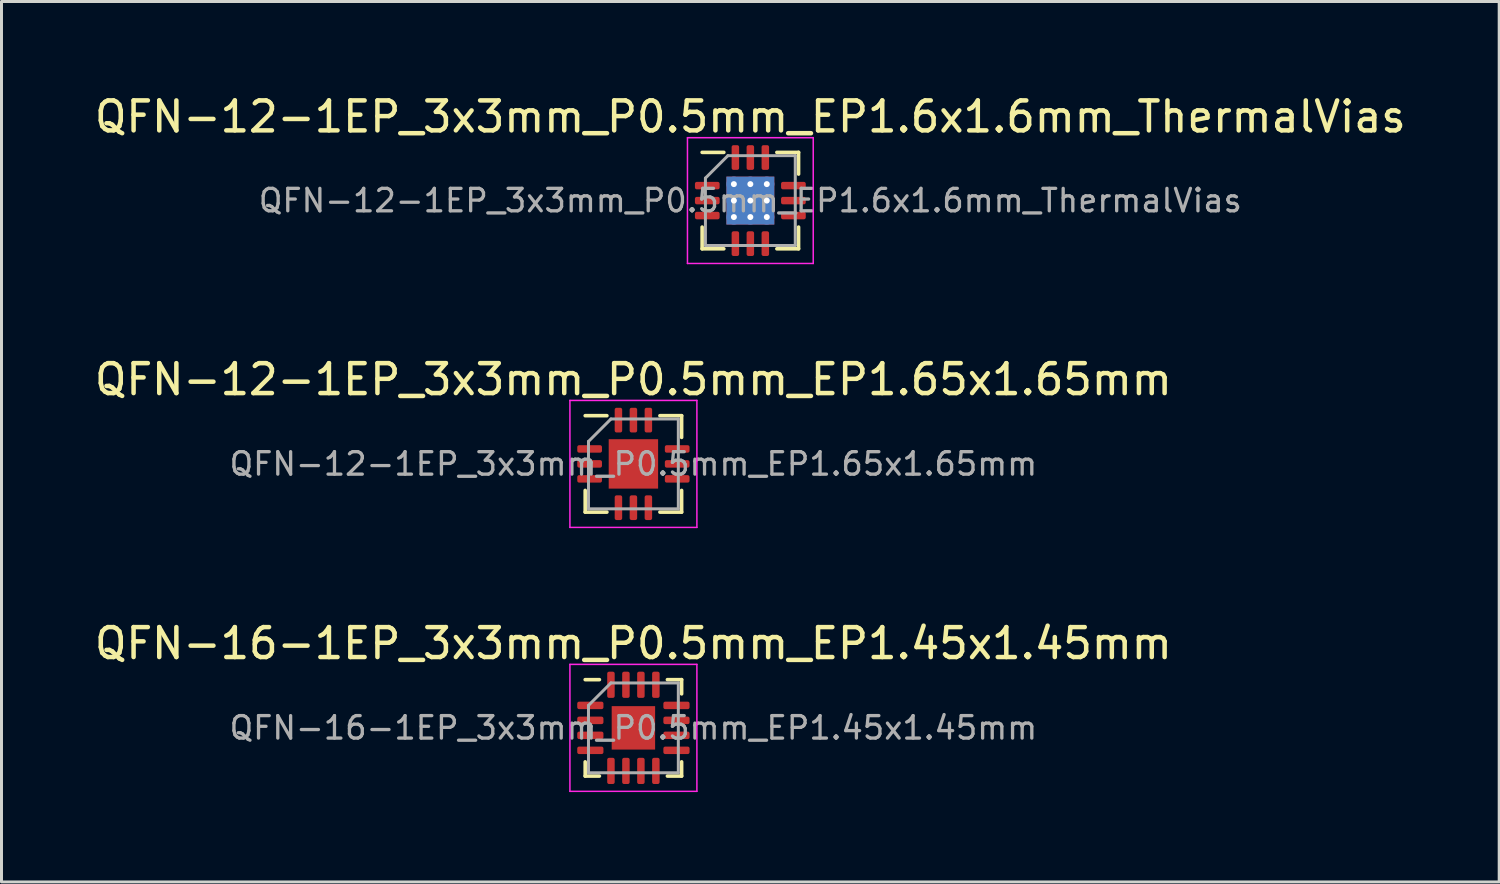
<source format=kicad_pcb>
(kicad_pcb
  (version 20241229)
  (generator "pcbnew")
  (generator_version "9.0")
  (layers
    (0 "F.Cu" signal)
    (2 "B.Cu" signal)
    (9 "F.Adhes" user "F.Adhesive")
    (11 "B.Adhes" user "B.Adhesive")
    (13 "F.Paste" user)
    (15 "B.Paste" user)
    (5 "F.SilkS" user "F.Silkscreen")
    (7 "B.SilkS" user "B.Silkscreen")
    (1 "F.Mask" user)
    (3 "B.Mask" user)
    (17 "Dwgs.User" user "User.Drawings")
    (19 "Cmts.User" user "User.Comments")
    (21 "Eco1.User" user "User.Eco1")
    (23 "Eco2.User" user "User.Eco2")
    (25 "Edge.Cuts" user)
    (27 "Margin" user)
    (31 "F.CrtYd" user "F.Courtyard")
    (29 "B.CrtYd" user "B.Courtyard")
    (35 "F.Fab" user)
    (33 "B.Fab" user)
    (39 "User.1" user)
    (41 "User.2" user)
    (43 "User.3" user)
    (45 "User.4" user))
  (footprint "QFN-12-1EP_3x3mm_P0.5mm_EP1.6x1.6mm_ThermalVias"
    (layer "F.Cu")
    (at 22.006 3.648)
    (property "Reference" "QFN-12-1EP_3x3mm_P0.5mm_EP1.6x1.6mm_ThermalVias" (at 0 -2.8 0) (layer "F.SilkS") (effects (font (size 1 1) (thickness 0.15))))
    (attr smd)
    (fp_line (start -1.61 1.61) (end -1.61 0.885) (stroke (width 0.12) (type solid)) (layer "F.SilkS"))
    (fp_line (start -0.885 -1.61) (end -1.61 -1.61) (stroke (width 0.12) (type solid)) (layer "F.SilkS"))
    (fp_line (start -0.885 1.61) (end -1.61 1.61) (stroke (width 0.12) (type solid)) (layer "F.SilkS"))
    (fp_line (start 0.885 -1.61) (end 1.61 -1.61) (stroke (width 0.12) (type solid)) (layer "F.SilkS"))
    (fp_line (start 0.885 1.61) (end 1.61 1.61) (stroke (width 0.12) (type solid)) (layer "F.SilkS"))
    (fp_line (start 1.61 -1.61) (end 1.61 -0.885) (stroke (width 0.12) (type solid)) (layer "F.SilkS"))
    (fp_line (start 1.61 1.61) (end 1.61 0.885) (stroke (width 0.12) (type solid)) (layer "F.SilkS"))
    (fp_line (start -2.1 -2.1) (end -2.1 2.1) (stroke (width 0.05) (type solid)) (layer "F.CrtYd"))
    (fp_line (start -2.1 2.1) (end 2.1 2.1) (stroke (width 0.05) (type solid)) (layer "F.CrtYd"))
    (fp_line (start 2.1 -2.1) (end -2.1 -2.1) (stroke (width 0.05) (type solid)) (layer "F.CrtYd"))
    (fp_line (start 2.1 2.1) (end 2.1 -2.1) (stroke (width 0.05) (type solid)) (layer "F.CrtYd"))
    (fp_line (start -1.5 -0.75) (end -0.75 -1.5) (stroke (width 0.1) (type solid)) (layer "F.Fab"))
    (fp_line (start -1.5 1.5) (end -1.5 -0.75) (stroke (width 0.1) (type solid)) (layer "F.Fab"))
    (fp_line (start -0.75 -1.5) (end 1.5 -1.5) (stroke (width 0.1) (type solid)) (layer "F.Fab"))
    (fp_line (start 1.5 -1.5) (end 1.5 1.5) (stroke (width 0.1) (type solid)) (layer "F.Fab"))
    (fp_line (start 1.5 1.5) (end -1.5 1.5) (stroke (width 0.1) (type solid)) (layer "F.Fab"))
    (fp_text user "${REFERENCE}" (at 0 0 0) (layer "F.Fab") (effects (font (size 0.75 0.75) (thickness 0.11))))
    (pad "" smd roundrect (at -0.53 -0.53) (size 0.46 0.46) (layers "F.Paste") (roundrect_rratio 0.25))
    (pad "" smd roundrect (at -0.53 0) (size 0.46 0.46) (layers "F.Paste") (roundrect_rratio 0.25))
    (pad "" smd roundrect (at -0.53 0.53) (size 0.46 0.46) (layers "F.Paste") (roundrect_rratio 0.25))
    (pad "" smd roundrect (at 0 -0.53) (size 0.46 0.46) (layers "F.Paste") (roundrect_rratio 0.25))
    (pad "" smd roundrect (at 0 0) (size 0.46 0.46) (layers "F.Paste") (roundrect_rratio 0.25))
    (pad "" smd roundrect (at 0 0.53) (size 0.46 0.46) (layers "F.Paste") (roundrect_rratio 0.25))
    (pad "" smd roundrect (at 0.53 -0.53) (size 0.46 0.46) (layers "F.Paste") (roundrect_rratio 0.25))
    (pad "" smd roundrect (at 0.53 0) (size 0.46 0.46) (layers "F.Paste") (roundrect_rratio 0.25))
    (pad "" smd roundrect (at 0.53 0.53) (size 0.46 0.46) (layers "F.Paste") (roundrect_rratio 0.25))
    (pad "1" smd roundrect (at -1.438 -0.5) (size 0.825 0.25) (layers "F.Cu" "F.Mask" "F.Paste") (roundrect_rratio 0.25))
    (pad "2" smd roundrect (at -1.438 0) (size 0.825 0.25) (layers "F.Cu" "F.Mask" "F.Paste") (roundrect_rratio 0.25))
    (pad "3" smd roundrect (at -1.438 0.5) (size 0.825 0.25) (layers "F.Cu" "F.Mask" "F.Paste") (roundrect_rratio 0.25))
    (pad "4" smd roundrect (at -0.5 1.438) (size 0.25 0.825) (layers "F.Cu" "F.Mask" "F.Paste") (roundrect_rratio 0.25))
    (pad "5" smd roundrect (at 0 1.438) (size 0.25 0.825) (layers "F.Cu" "F.Mask" "F.Paste") (roundrect_rratio 0.25))
    (pad "6" smd roundrect (at 0.5 1.438) (size 0.25 0.825) (layers "F.Cu" "F.Mask" "F.Paste") (roundrect_rratio 0.25))
    (pad "7" smd roundrect (at 1.438 0.5) (size 0.825 0.25) (layers "F.Cu" "F.Mask" "F.Paste") (roundrect_rratio 0.25))
    (pad "8" smd roundrect (at 1.438 0) (size 0.825 0.25) (layers "F.Cu" "F.Mask" "F.Paste") (roundrect_rratio 0.25))
    (pad "9" smd roundrect (at 1.438 -0.5) (size 0.825 0.25) (layers "F.Cu" "F.Mask" "F.Paste") (roundrect_rratio 0.25))
    (pad "10" smd roundrect (at 0.5 -1.438) (size 0.25 0.825) (layers "F.Cu" "F.Mask" "F.Paste") (roundrect_rratio 0.25))
    (pad "11" smd roundrect (at 0 -1.438) (size 0.25 0.825) (layers "F.Cu" "F.Mask" "F.Paste") (roundrect_rratio 0.25))
    (pad "12" smd roundrect (at -0.5 -1.438) (size 0.25 0.825) (layers "F.Cu" "F.Mask" "F.Paste") (roundrect_rratio 0.25))
    (pad "13" thru_hole circle (at -0.55 -0.55) (size 0.5 0.5) (drill 0.2) (layers "*.Cu"))
    (pad "13" thru_hole circle (at -0.55 0) (size 0.5 0.5) (drill 0.2) (layers "*.Cu"))
    (pad "13" thru_hole circle (at -0.55 0.55) (size 0.5 0.5) (drill 0.2) (layers "*.Cu"))
    (pad "13" thru_hole circle (at 0 -0.55) (size 0.5 0.5) (drill 0.2) (layers "*.Cu"))
    (pad "13" thru_hole circle (at 0 0) (size 0.5 0.5) (drill 0.2) (layers "*.Cu"))
    (pad "13" smd rect (at 0 0) (size 1.6 1.6) (layers "F.Cu" "F.Mask"))
    (pad "13" smd rect (at 0 0) (size 1.6 1.6) (layers "B.Cu"))
    (pad "13" thru_hole circle (at 0 0.55) (size 0.5 0.5) (drill 0.2) (layers "*.Cu"))
    (pad "13" thru_hole circle (at 0.55 -0.55) (size 0.5 0.5) (drill 0.2) (layers "*.Cu"))
    (pad "13" thru_hole circle (at 0.55 0) (size 0.5 0.5) (drill 0.2) (layers "*.Cu"))
    (pad "13" thru_hole circle (at 0.55 0.55) (size 0.5 0.5) (drill 0.2) (layers "*.Cu")))
  (footprint "QFN-16-1EP_3x3mm_P0.5mm_EP1.45x1.45mm"
    (layer "F.Cu")
    (at 18.101 21.255)
    (property "Reference" "QFN-16-1EP_3x3mm_P0.5mm_EP1.45x1.45mm" (at 0 -2.82 0) (layer "F.SilkS") (effects (font (size 1 1) (thickness 0.15))))
    (attr smd)
    (fp_line (start -1.61 1.61) (end -1.61 1.135) (stroke (width 0.12) (type solid)) (layer "F.SilkS"))
    (fp_line (start -1.135 -1.61) (end -1.61 -1.61) (stroke (width 0.12) (type solid)) (layer "F.SilkS"))
    (fp_line (start -1.135 1.61) (end -1.61 1.61) (stroke (width 0.12) (type solid)) (layer "F.SilkS"))
    (fp_line (start 1.135 -1.61) (end 1.61 -1.61) (stroke (width 0.12) (type solid)) (layer "F.SilkS"))
    (fp_line (start 1.135 1.61) (end 1.61 1.61) (stroke (width 0.12) (type solid)) (layer "F.SilkS"))
    (fp_line (start 1.61 -1.61) (end 1.61 -1.135) (stroke (width 0.12) (type solid)) (layer "F.SilkS"))
    (fp_line (start 1.61 1.61) (end 1.61 1.135) (stroke (width 0.12) (type solid)) (layer "F.SilkS"))
    (fp_line (start -2.12 -2.12) (end -2.12 2.12) (stroke (width 0.05) (type solid)) (layer "F.CrtYd"))
    (fp_line (start -2.12 2.12) (end 2.12 2.12) (stroke (width 0.05) (type solid)) (layer "F.CrtYd"))
    (fp_line (start 2.12 -2.12) (end -2.12 -2.12) (stroke (width 0.05) (type solid)) (layer "F.CrtYd"))
    (fp_line (start 2.12 2.12) (end 2.12 -2.12) (stroke (width 0.05) (type solid)) (layer "F.CrtYd"))
    (fp_line (start -1.5 -0.75) (end -0.75 -1.5) (stroke (width 0.1) (type solid)) (layer "F.Fab"))
    (fp_line (start -1.5 1.5) (end -1.5 -0.75) (stroke (width 0.1) (type solid)) (layer "F.Fab"))
    (fp_line (start -0.75 -1.5) (end 1.5 -1.5) (stroke (width 0.1) (type solid)) (layer "F.Fab"))
    (fp_line (start 1.5 -1.5) (end 1.5 1.5) (stroke (width 0.1) (type solid)) (layer "F.Fab"))
    (fp_line (start 1.5 1.5) (end -1.5 1.5) (stroke (width 0.1) (type solid)) (layer "F.Fab"))
    (fp_text user "${REFERENCE}" (at 0 0 0) (layer "F.Fab") (effects (font (size 0.75 0.75) (thickness 0.11))))
    (pad "" smd roundrect (at -0.36 -0.36) (size 0.58 0.58) (layers "F.Paste") (roundrect_rratio 0.25))
    (pad "" smd roundrect (at -0.36 0.36) (size 0.58 0.58) (layers "F.Paste") (roundrect_rratio 0.25))
    (pad "" smd roundrect (at 0.36 -0.36) (size 0.58 0.58) (layers "F.Paste") (roundrect_rratio 0.25))
    (pad "" smd roundrect (at 0.36 0.36) (size 0.58 0.58) (layers "F.Paste") (roundrect_rratio 0.25))
    (pad "1" smd roundrect (at -1.438 -0.75) (size 0.875 0.25) (layers "F.Cu" "F.Mask" "F.Paste") (roundrect_rratio 0.25))
    (pad "2" smd roundrect (at -1.438 -0.25) (size 0.875 0.25) (layers "F.Cu" "F.Mask" "F.Paste") (roundrect_rratio 0.25))
    (pad "3" smd roundrect (at -1.438 0.25) (size 0.875 0.25) (layers "F.Cu" "F.Mask" "F.Paste") (roundrect_rratio 0.25))
    (pad "4" smd roundrect (at -1.438 0.75) (size 0.875 0.25) (layers "F.Cu" "F.Mask" "F.Paste") (roundrect_rratio 0.25))
    (pad "5" smd roundrect (at -0.75 1.438) (size 0.25 0.875) (layers "F.Cu" "F.Mask" "F.Paste") (roundrect_rratio 0.25))
    (pad "6" smd roundrect (at -0.25 1.438) (size 0.25 0.875) (layers "F.Cu" "F.Mask" "F.Paste") (roundrect_rratio 0.25))
    (pad "7" smd roundrect (at 0.25 1.438) (size 0.25 0.875) (layers "F.Cu" "F.Mask" "F.Paste") (roundrect_rratio 0.25))
    (pad "8" smd roundrect (at 0.75 1.438) (size 0.25 0.875) (layers "F.Cu" "F.Mask" "F.Paste") (roundrect_rratio 0.25))
    (pad "9" smd roundrect (at 1.438 0.75) (size 0.875 0.25) (layers "F.Cu" "F.Mask" "F.Paste") (roundrect_rratio 0.25))
    (pad "10" smd roundrect (at 1.438 0.25) (size 0.875 0.25) (layers "F.Cu" "F.Mask" "F.Paste") (roundrect_rratio 0.25))
    (pad "11" smd roundrect (at 1.438 -0.25) (size 0.875 0.25) (layers "F.Cu" "F.Mask" "F.Paste") (roundrect_rratio 0.25))
    (pad "12" smd roundrect (at 1.438 -0.75) (size 0.875 0.25) (layers "F.Cu" "F.Mask" "F.Paste") (roundrect_rratio 0.25))
    (pad "13" smd roundrect (at 0.75 -1.438) (size 0.25 0.875) (layers "F.Cu" "F.Mask" "F.Paste") (roundrect_rratio 0.25))
    (pad "14" smd roundrect (at 0.25 -1.438) (size 0.25 0.875) (layers "F.Cu" "F.Mask" "F.Paste") (roundrect_rratio 0.25))
    (pad "15" smd roundrect (at -0.25 -1.438) (size 0.25 0.875) (layers "F.Cu" "F.Mask" "F.Paste") (roundrect_rratio 0.25))
    (pad "16" smd roundrect (at -0.75 -1.438) (size 0.25 0.875) (layers "F.Cu" "F.Mask" "F.Paste") (roundrect_rratio 0.25))
    (pad "17" smd rect (at 0 0) (size 1.45 1.45) (layers "F.Cu" "F.Mask")))
  (footprint "QFN-12-1EP_3x3mm_P0.5mm_EP1.65x1.65mm"
    (layer "F.Cu")
    (at 18.101 12.441)
    (property "Reference" "QFN-12-1EP_3x3mm_P0.5mm_EP1.65x1.65mm" (at 0 -2.82 0) (layer "F.SilkS") (effects (font (size 1 1) (thickness 0.15))))
    (attr smd)
    (fp_line (start -1.61 1.61) (end -1.61 0.885) (stroke (width 0.12) (type solid)) (layer "F.SilkS"))
    (fp_line (start -0.885 -1.61) (end -1.61 -1.61) (stroke (width 0.12) (type solid)) (layer "F.SilkS"))
    (fp_line (start -0.885 1.61) (end -1.61 1.61) (stroke (width 0.12) (type solid)) (layer "F.SilkS"))
    (fp_line (start 0.885 -1.61) (end 1.61 -1.61) (stroke (width 0.12) (type solid)) (layer "F.SilkS"))
    (fp_line (start 0.885 1.61) (end 1.61 1.61) (stroke (width 0.12) (type solid)) (layer "F.SilkS"))
    (fp_line (start 1.61 -1.61) (end 1.61 -0.885) (stroke (width 0.12) (type solid)) (layer "F.SilkS"))
    (fp_line (start 1.61 1.61) (end 1.61 0.885) (stroke (width 0.12) (type solid)) (layer "F.SilkS"))
    (fp_line (start -2.12 -2.12) (end -2.12 2.12) (stroke (width 0.05) (type solid)) (layer "F.CrtYd"))
    (fp_line (start -2.12 2.12) (end 2.12 2.12) (stroke (width 0.05) (type solid)) (layer "F.CrtYd"))
    (fp_line (start 2.12 -2.12) (end -2.12 -2.12) (stroke (width 0.05) (type solid)) (layer "F.CrtYd"))
    (fp_line (start 2.12 2.12) (end 2.12 -2.12) (stroke (width 0.05) (type solid)) (layer "F.CrtYd"))
    (fp_line (start -1.5 -0.75) (end -0.75 -1.5) (stroke (width 0.1) (type solid)) (layer "F.Fab"))
    (fp_line (start -1.5 1.5) (end -1.5 -0.75) (stroke (width 0.1) (type solid)) (layer "F.Fab"))
    (fp_line (start -0.75 -1.5) (end 1.5 -1.5) (stroke (width 0.1) (type solid)) (layer "F.Fab"))
    (fp_line (start 1.5 -1.5) (end 1.5 1.5) (stroke (width 0.1) (type solid)) (layer "F.Fab"))
    (fp_line (start 1.5 1.5) (end -1.5 1.5) (stroke (width 0.1) (type solid)) (layer "F.Fab"))
    (fp_text user "${REFERENCE}" (at 0 0 0) (layer "F.Fab") (effects (font (size 0.75 0.75) (thickness 0.11))))
    (pad "" smd roundrect (at -0.41 -0.41) (size 0.67 0.67) (layers "F.Paste") (roundrect_rratio 0.25))
    (pad "" smd roundrect (at -0.41 0.41) (size 0.67 0.67) (layers "F.Paste") (roundrect_rratio 0.25))
    (pad "" smd roundrect (at 0.41 -0.41) (size 0.67 0.67) (layers "F.Paste") (roundrect_rratio 0.25))
    (pad "" smd roundrect (at 0.41 0.41) (size 0.67 0.67) (layers "F.Paste") (roundrect_rratio 0.25))
    (pad "1" smd roundrect (at -1.462 -0.5) (size 0.825 0.25) (layers "F.Cu" "F.Mask" "F.Paste") (roundrect_rratio 0.25))
    (pad "2" smd roundrect (at -1.462 0) (size 0.825 0.25) (layers "F.Cu" "F.Mask" "F.Paste") (roundrect_rratio 0.25))
    (pad "3" smd roundrect (at -1.462 0.5) (size 0.825 0.25) (layers "F.Cu" "F.Mask" "F.Paste") (roundrect_rratio 0.25))
    (pad "4" smd roundrect (at -0.5 1.462) (size 0.25 0.825) (layers "F.Cu" "F.Mask" "F.Paste") (roundrect_rratio 0.25))
    (pad "5" smd roundrect (at 0 1.462) (size 0.25 0.825) (layers "F.Cu" "F.Mask" "F.Paste") (roundrect_rratio 0.25))
    (pad "6" smd roundrect (at 0.5 1.462) (size 0.25 0.825) (layers "F.Cu" "F.Mask" "F.Paste") (roundrect_rratio 0.25))
    (pad "7" smd roundrect (at 1.462 0.5) (size 0.825 0.25) (layers "F.Cu" "F.Mask" "F.Paste") (roundrect_rratio 0.25))
    (pad "8" smd roundrect (at 1.462 0) (size 0.825 0.25) (layers "F.Cu" "F.Mask" "F.Paste") (roundrect_rratio 0.25))
    (pad "9" smd roundrect (at 1.462 -0.5) (size 0.825 0.25) (layers "F.Cu" "F.Mask" "F.Paste") (roundrect_rratio 0.25))
    (pad "10" smd roundrect (at 0.5 -1.462) (size 0.25 0.825) (layers "F.Cu" "F.Mask" "F.Paste") (roundrect_rratio 0.25))
    (pad "11" smd roundrect (at 0 -1.462) (size 0.25 0.825) (layers "F.Cu" "F.Mask" "F.Paste") (roundrect_rratio 0.25))
    (pad "12" smd roundrect (at -0.5 -1.462) (size 0.25 0.825) (layers "F.Cu" "F.Mask" "F.Paste") (roundrect_rratio 0.25))
    (pad "13" smd rect (at 0 0) (size 1.65 1.65) (layers "F.Cu" "F.Mask")))
  (gr_rect
    (start -3 -3)
    (end 47.012 26.4)
    (stroke (width 0.1) (type default))
    (fill no)
    (layer "Edge.Cuts")))
</source>
